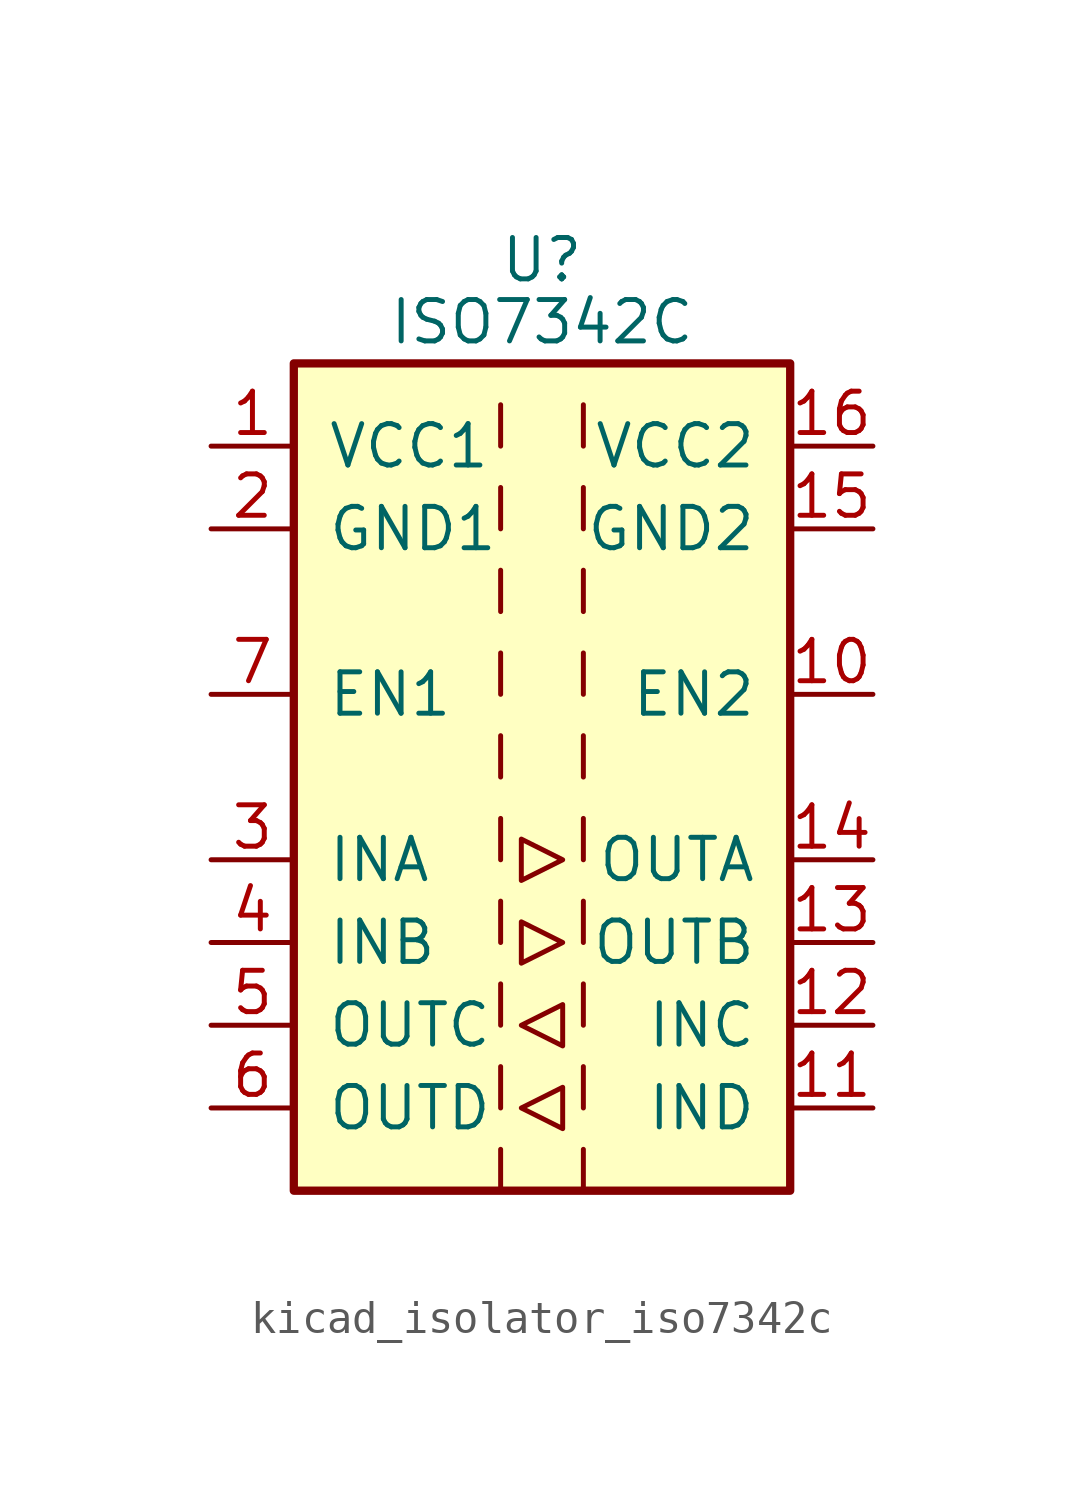
<source format=kicad_sym>
(kicad_symbol_lib
  (version 20220914)
  (generator kicad_symbol_editor)
  (symbol "kicad_isolator_iso7342c"
    (pin_names
      (offset 1.016))
    (property "Reference" "U"
      (at 0 15.875 0)
      (effects (font (size 1.27 1.27))))
    (property "Value" "ISO7342C"
      (at 0 13.97 0)
      (effects (font (size 1.27 1.27))))
    (symbol "kicad_isolator_iso7342c_0_1"
      (rectangle (start -7.62 12.7) (end 7.62 -12.7) (stroke (width 0.254) (type default)) (fill (type background)))
      (polyline (pts (xy -1.27 -11.43) (xy -1.27 -12.7)) (stroke (width 0) (type default)) (fill (type none)))
      (polyline (pts (xy -1.27 -8.89) (xy -1.27 -10.16)) (stroke (width 0) (type default)) (fill (type none)))
      (polyline (pts (xy -1.27 -6.35) (xy -1.27 -7.62)) (stroke (width 0) (type default)) (fill (type none)))
      (polyline (pts (xy -1.27 -3.81) (xy -1.27 -5.08)) (stroke (width 0) (type default)) (fill (type none)))
      (polyline (pts (xy -1.27 -1.27) (xy -1.27 -2.54)) (stroke (width 0) (type default)) (fill (type none)))
      (polyline (pts (xy -1.27 1.27) (xy -1.27 0)) (stroke (width 0) (type default)) (fill (type none)))
      (polyline (pts (xy -1.27 3.81) (xy -1.27 2.54)) (stroke (width 0) (type default)) (fill (type none)))
      (polyline (pts (xy -1.27 6.35) (xy -1.27 5.08)) (stroke (width 0) (type default)) (fill (type none)))
      (polyline (pts (xy -1.27 8.89) (xy -1.27 7.62)) (stroke (width 0) (type default)) (fill (type none)))
      (polyline (pts (xy -1.27 11.43) (xy -1.27 10.16)) (stroke (width 0) (type default)) (fill (type none)))
      (polyline (pts (xy 1.27 -11.43) (xy 1.27 -12.7)) (stroke (width 0) (type default)) (fill (type none)))
      (polyline (pts (xy 1.27 -8.89) (xy 1.27 -10.16)) (stroke (width 0) (type default)) (fill (type none)))
      (polyline (pts (xy 1.27 -6.35) (xy 1.27 -7.62)) (stroke (width 0) (type default)) (fill (type none)))
      (polyline (pts (xy 1.27 -3.81) (xy 1.27 -5.08)) (stroke (width 0) (type default)) (fill (type none)))
      (polyline (pts (xy 1.27 -1.27) (xy 1.27 -2.54)) (stroke (width 0) (type default)) (fill (type none)))
      (polyline (pts (xy 1.27 1.27) (xy 1.27 0)) (stroke (width 0) (type default)) (fill (type none)))
      (polyline (pts (xy 1.27 3.81) (xy 1.27 2.54)) (stroke (width 0) (type default)) (fill (type none)))
      (polyline (pts (xy 1.27 6.35) (xy 1.27 5.08)) (stroke (width 0) (type default)) (fill (type none)))
      (polyline (pts (xy 1.27 8.89) (xy 1.27 7.62)) (stroke (width 0) (type default)) (fill (type none)))
      (polyline (pts (xy 1.27 11.43) (xy 1.27 10.16)) (stroke (width 0) (type default)) (fill (type none)))
      (polyline (pts (xy -0.635 -10.16) (xy 0.635 -9.525) (xy 0.635 -10.795) (xy -0.635 -10.16)) (stroke (width 0) (type default)) (fill (type none)))
      (polyline (pts (xy -0.635 -7.62) (xy 0.635 -6.985) (xy 0.635 -8.255) (xy -0.635 -7.62)) (stroke (width 0) (type default)) (fill (type none)))
      (polyline (pts (xy -0.635 -4.445) (xy -0.635 -5.715) (xy 0.635 -5.08) (xy -0.635 -4.445)) (stroke (width 0) (type default)) (fill (type none)))
      (polyline (pts (xy -0.635 -1.905) (xy -0.635 -3.175) (xy 0.635 -2.54) (xy -0.635 -1.905)) (stroke (width 0) (type default)) (fill (type none))))
    (symbol "kicad_isolator_iso7342c_1_1"
      (pin power_in line (at -10.16 10.16 0) (length 2.54) (name "VCC1" (effects (font (size 1.27 1.27)))) (number "1" (effects (font (size 1.27 1.27)))))
      (pin input line (at 10.16 2.54 180) (length 2.54) (name "EN2" (effects (font (size 1.27 1.27)))) (number "10" (effects (font (size 1.27 1.27)))))
      (pin input line (at 10.16 -10.16 180) (length 2.54) (name "IND" (effects (font (size 1.27 1.27)))) (number "11" (effects (font (size 1.27 1.27)))))
      (pin input line (at 10.16 -7.62 180) (length 2.54) (name "INC" (effects (font (size 1.27 1.27)))) (number "12" (effects (font (size 1.27 1.27)))))
      (pin output line (at 10.16 -5.08 180) (length 2.54) (name "OUTB" (effects (font (size 1.27 1.27)))) (number "13" (effects (font (size 1.27 1.27)))))
      (pin output line (at 10.16 -2.54 180) (length 2.54) (name "OUTA" (effects (font (size 1.27 1.27)))) (number "14" (effects (font (size 1.27 1.27)))))
      (pin power_in line (at 10.16 7.62 180) (length 2.54) (name "GND2" (effects (font (size 1.27 1.27)))) (number "15" (effects (font (size 1.27 1.27)))))
      (pin power_in line (at 10.16 10.16 180) (length 2.54) (name "VCC2" (effects (font (size 1.27 1.27)))) (number "16" (effects (font (size 1.27 1.27)))))
      (pin power_in line (at -10.16 7.62 0) (length 2.54) (name "GND1" (effects (font (size 1.27 1.27)))) (number "2" (effects (font (size 1.27 1.27)))))
      (pin input line (at -10.16 -2.54 0) (length 2.54) (name "INA" (effects (font (size 1.27 1.27)))) (number "3" (effects (font (size 1.27 1.27)))))
      (pin input line (at -10.16 -5.08 0) (length 2.54) (name "INB" (effects (font (size 1.27 1.27)))) (number "4" (effects (font (size 1.27 1.27)))))
      (pin output line (at -10.16 -7.62 0) (length 2.54) (name "OUTC" (effects (font (size 1.27 1.27)))) (number "5" (effects (font (size 1.27 1.27)))))
      (pin output line (at -10.16 -10.16 0) (length 2.54) (name "OUTD" (effects (font (size 1.27 1.27)))) (number "6" (effects (font (size 1.27 1.27)))))
      (pin input line (at -10.16 2.54 0) (length 2.54) (name "EN1" (effects (font (size 1.27 1.27)))) (number "7" (effects (font (size 1.27 1.27)))))
      (pin passive line (at -10.16 7.62 0) (length 2.54) hide (name "GND1" (effects (font (size 1.27 1.27)))) (number "8" (effects (font (size 1.27 1.27)))))
      (pin passive line (at 10.16 7.62 180) (length 2.54) hide (name "GND2" (effects (font (size 1.27 1.27)))) (number "9" (effects (font (size 1.27 1.27))))))))
</source>
